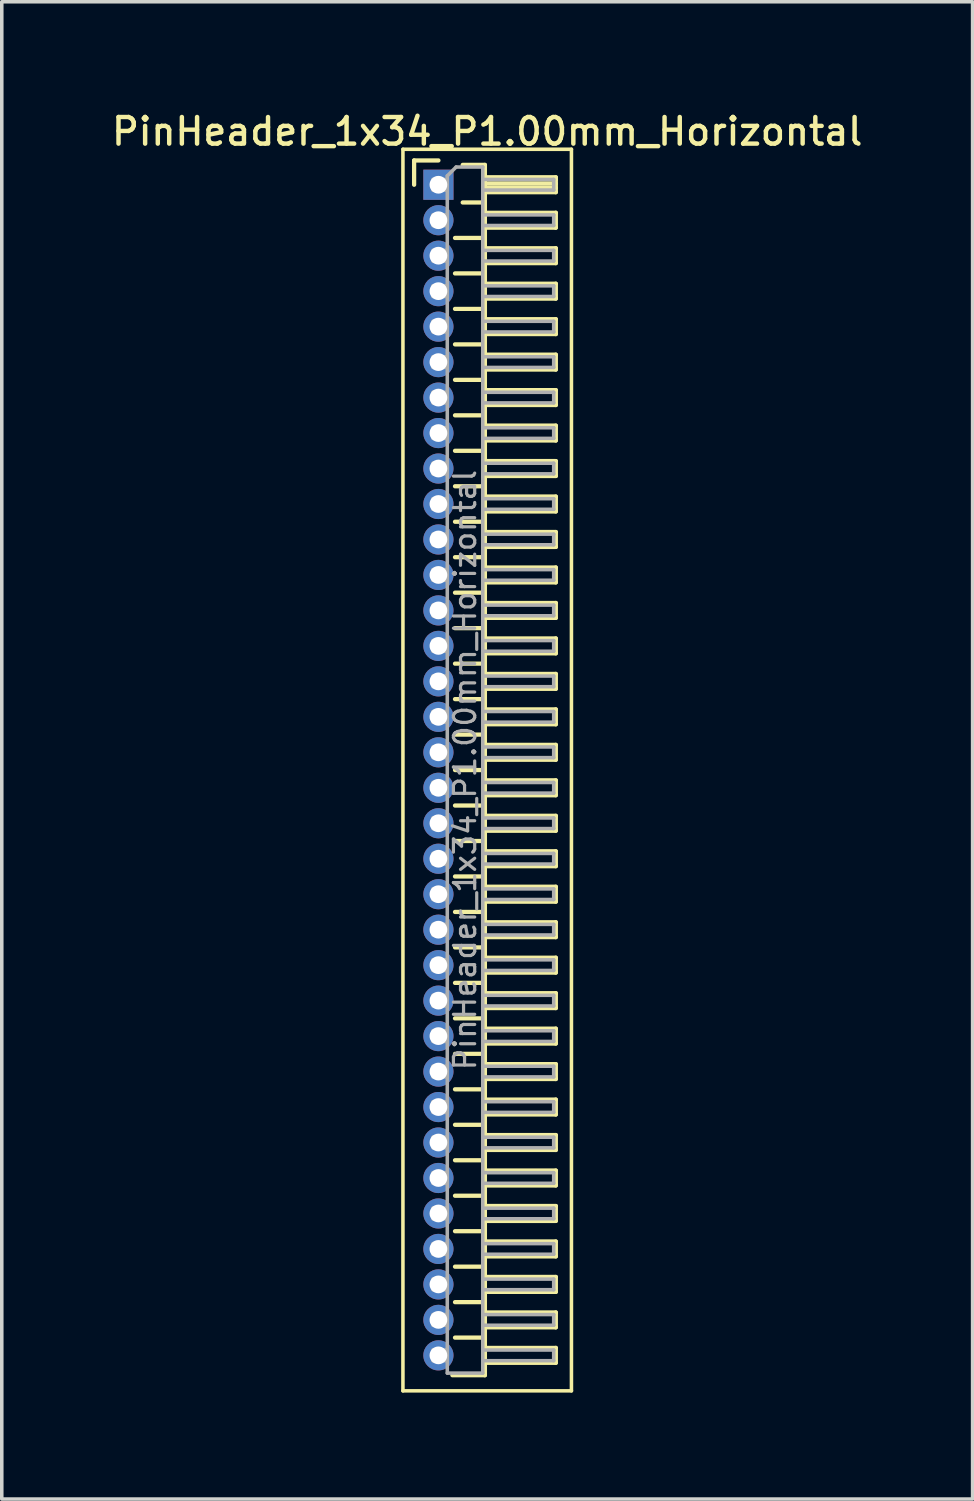
<source format=kicad_pcb>
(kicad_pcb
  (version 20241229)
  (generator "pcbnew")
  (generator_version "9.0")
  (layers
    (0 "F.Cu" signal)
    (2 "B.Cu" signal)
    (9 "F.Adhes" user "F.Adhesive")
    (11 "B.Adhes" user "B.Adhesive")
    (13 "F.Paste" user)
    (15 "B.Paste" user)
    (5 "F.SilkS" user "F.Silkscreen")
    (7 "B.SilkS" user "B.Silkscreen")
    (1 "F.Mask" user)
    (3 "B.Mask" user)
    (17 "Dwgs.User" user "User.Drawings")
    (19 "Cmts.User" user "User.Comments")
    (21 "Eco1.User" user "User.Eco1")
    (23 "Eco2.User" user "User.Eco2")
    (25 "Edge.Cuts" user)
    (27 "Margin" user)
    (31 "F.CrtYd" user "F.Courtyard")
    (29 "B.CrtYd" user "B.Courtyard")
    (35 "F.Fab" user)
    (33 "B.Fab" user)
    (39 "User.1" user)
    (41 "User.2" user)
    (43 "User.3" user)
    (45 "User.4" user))
  (footprint "PinHeader_1x34_P1.00mm_Horizontal"
    (layer "F.Cu")
    (at 9.309 2.158)
    (property "Reference" "PinHeader_1x34_P1.00mm_Horizontal" (at 1.375 -1.5 0) (layer "F.SilkS") (effects (font (size 0.75 0.75) (thickness 0.125))))
    (attr through_hole)
    (fp_line (start -1 -1) (end -1 34) (stroke (width 0.1) (type solid)) (layer "F.SilkS"))
    (fp_line (start -1 34) (end 3.75 34) (stroke (width 0.1) (type solid)) (layer "F.SilkS"))
    (fp_line (start -0.685 -0.685) (end 0 -0.685) (stroke (width 0.12) (type solid)) (layer "F.SilkS"))
    (fp_line (start -0.685 0) (end -0.685 -0.685) (stroke (width 0.12) (type solid)) (layer "F.SilkS"))
    (fp_line (start 0.468 1.5) (end 1.31 1.5) (stroke (width 0.12) (type solid)) (layer "F.SilkS"))
    (fp_line (start 0.468 2.5) (end 1.31 2.5) (stroke (width 0.12) (type solid)) (layer "F.SilkS"))
    (fp_line (start 0.468 3.5) (end 1.31 3.5) (stroke (width 0.12) (type solid)) (layer "F.SilkS"))
    (fp_line (start 0.468 4.5) (end 1.31 4.5) (stroke (width 0.12) (type solid)) (layer "F.SilkS"))
    (fp_line (start 0.468 5.5) (end 1.31 5.5) (stroke (width 0.12) (type solid)) (layer "F.SilkS"))
    (fp_line (start 0.468 6.5) (end 1.31 6.5) (stroke (width 0.12) (type solid)) (layer "F.SilkS"))
    (fp_line (start 0.468 7.5) (end 1.31 7.5) (stroke (width 0.12) (type solid)) (layer "F.SilkS"))
    (fp_line (start 0.468 8.5) (end 1.31 8.5) (stroke (width 0.12) (type solid)) (layer "F.SilkS"))
    (fp_line (start 0.468 9.5) (end 1.31 9.5) (stroke (width 0.12) (type solid)) (layer "F.SilkS"))
    (fp_line (start 0.468 10.5) (end 1.31 10.5) (stroke (width 0.12) (type solid)) (layer "F.SilkS"))
    (fp_line (start 0.468 11.5) (end 1.31 11.5) (stroke (width 0.12) (type solid)) (layer "F.SilkS"))
    (fp_line (start 0.468 12.5) (end 1.31 12.5) (stroke (width 0.12) (type solid)) (layer "F.SilkS"))
    (fp_line (start 0.468 13.5) (end 1.31 13.5) (stroke (width 0.12) (type solid)) (layer "F.SilkS"))
    (fp_line (start 0.468 14.5) (end 1.31 14.5) (stroke (width 0.12) (type solid)) (layer "F.SilkS"))
    (fp_line (start 0.468 15.5) (end 1.31 15.5) (stroke (width 0.12) (type solid)) (layer "F.SilkS"))
    (fp_line (start 0.468 16.5) (end 1.31 16.5) (stroke (width 0.12) (type solid)) (layer "F.SilkS"))
    (fp_line (start 0.468 17.5) (end 1.31 17.5) (stroke (width 0.12) (type solid)) (layer "F.SilkS"))
    (fp_line (start 0.468 18.5) (end 1.31 18.5) (stroke (width 0.12) (type solid)) (layer "F.SilkS"))
    (fp_line (start 0.468 19.5) (end 1.31 19.5) (stroke (width 0.12) (type solid)) (layer "F.SilkS"))
    (fp_line (start 0.468 20.5) (end 1.31 20.5) (stroke (width 0.12) (type solid)) (layer "F.SilkS"))
    (fp_line (start 0.468 21.5) (end 1.31 21.5) (stroke (width 0.12) (type solid)) (layer "F.SilkS"))
    (fp_line (start 0.468 22.5) (end 1.31 22.5) (stroke (width 0.12) (type solid)) (layer "F.SilkS"))
    (fp_line (start 0.468 23.5) (end 1.31 23.5) (stroke (width 0.12) (type solid)) (layer "F.SilkS"))
    (fp_line (start 0.468 24.5) (end 1.31 24.5) (stroke (width 0.12) (type solid)) (layer "F.SilkS"))
    (fp_line (start 0.468 25.5) (end 1.31 25.5) (stroke (width 0.12) (type solid)) (layer "F.SilkS"))
    (fp_line (start 0.468 26.5) (end 1.31 26.5) (stroke (width 0.12) (type solid)) (layer "F.SilkS"))
    (fp_line (start 0.468 27.5) (end 1.31 27.5) (stroke (width 0.12) (type solid)) (layer "F.SilkS"))
    (fp_line (start 0.468 28.5) (end 1.31 28.5) (stroke (width 0.12) (type solid)) (layer "F.SilkS"))
    (fp_line (start 0.468 29.5) (end 1.31 29.5) (stroke (width 0.12) (type solid)) (layer "F.SilkS"))
    (fp_line (start 0.468 30.5) (end 1.31 30.5) (stroke (width 0.12) (type solid)) (layer "F.SilkS"))
    (fp_line (start 0.468 31.5) (end 1.31 31.5) (stroke (width 0.12) (type solid)) (layer "F.SilkS"))
    (fp_line (start 0.468 32.5) (end 1.31 32.5) (stroke (width 0.12) (type solid)) (layer "F.SilkS"))
    (fp_line (start 0.685 -0.56) (end 1.31 -0.56) (stroke (width 0.12) (type solid)) (layer "F.SilkS"))
    (fp_line (start 0.685 0.5) (end 1.31 0.5) (stroke (width 0.12) (type solid)) (layer "F.SilkS"))
    (fp_line (start 1.31 -0.56) (end 1.31 33.56) (stroke (width 0.12) (type solid)) (layer "F.SilkS"))
    (fp_line (start 1.31 -0.21) (end 3.31 -0.21) (stroke (width 0.12) (type solid)) (layer "F.SilkS"))
    (fp_line (start 1.31 -0.15) (end 3.31 -0.15) (stroke (width 0.12) (type solid)) (layer "F.SilkS"))
    (fp_line (start 1.31 -0.03) (end 3.31 -0.03) (stroke (width 0.12) (type solid)) (layer "F.SilkS"))
    (fp_line (start 1.31 0.09) (end 3.31 0.09) (stroke (width 0.12) (type solid)) (layer "F.SilkS"))
    (fp_line (start 1.31 0.79) (end 3.31 0.79) (stroke (width 0.12) (type solid)) (layer "F.SilkS"))
    (fp_line (start 1.31 1.79) (end 3.31 1.79) (stroke (width 0.12) (type solid)) (layer "F.SilkS"))
    (fp_line (start 1.31 2.79) (end 3.31 2.79) (stroke (width 0.12) (type solid)) (layer "F.SilkS"))
    (fp_line (start 1.31 3.79) (end 3.31 3.79) (stroke (width 0.12) (type solid)) (layer "F.SilkS"))
    (fp_line (start 1.31 4.79) (end 3.31 4.79) (stroke (width 0.12) (type solid)) (layer "F.SilkS"))
    (fp_line (start 1.31 5.79) (end 3.31 5.79) (stroke (width 0.12) (type solid)) (layer "F.SilkS"))
    (fp_line (start 1.31 6.79) (end 3.31 6.79) (stroke (width 0.12) (type solid)) (layer "F.SilkS"))
    (fp_line (start 1.31 7.79) (end 3.31 7.79) (stroke (width 0.12) (type solid)) (layer "F.SilkS"))
    (fp_line (start 1.31 8.79) (end 3.31 8.79) (stroke (width 0.12) (type solid)) (layer "F.SilkS"))
    (fp_line (start 1.31 9.79) (end 3.31 9.79) (stroke (width 0.12) (type solid)) (layer "F.SilkS"))
    (fp_line (start 1.31 10.79) (end 3.31 10.79) (stroke (width 0.12) (type solid)) (layer "F.SilkS"))
    (fp_line (start 1.31 11.79) (end 3.31 11.79) (stroke (width 0.12) (type solid)) (layer "F.SilkS"))
    (fp_line (start 1.31 12.79) (end 3.31 12.79) (stroke (width 0.12) (type solid)) (layer "F.SilkS"))
    (fp_line (start 1.31 13.79) (end 3.31 13.79) (stroke (width 0.12) (type solid)) (layer "F.SilkS"))
    (fp_line (start 1.31 14.79) (end 3.31 14.79) (stroke (width 0.12) (type solid)) (layer "F.SilkS"))
    (fp_line (start 1.31 15.79) (end 3.31 15.79) (stroke (width 0.12) (type solid)) (layer "F.SilkS"))
    (fp_line (start 1.31 16.79) (end 3.31 16.79) (stroke (width 0.12) (type solid)) (layer "F.SilkS"))
    (fp_line (start 1.31 17.79) (end 3.31 17.79) (stroke (width 0.12) (type solid)) (layer "F.SilkS"))
    (fp_line (start 1.31 18.79) (end 3.31 18.79) (stroke (width 0.12) (type solid)) (layer "F.SilkS"))
    (fp_line (start 1.31 19.79) (end 3.31 19.79) (stroke (width 0.12) (type solid)) (layer "F.SilkS"))
    (fp_line (start 1.31 20.79) (end 3.31 20.79) (stroke (width 0.12) (type solid)) (layer "F.SilkS"))
    (fp_line (start 1.31 21.79) (end 3.31 21.79) (stroke (width 0.12) (type solid)) (layer "F.SilkS"))
    (fp_line (start 1.31 22.79) (end 3.31 22.79) (stroke (width 0.12) (type solid)) (layer "F.SilkS"))
    (fp_line (start 1.31 23.79) (end 3.31 23.79) (stroke (width 0.12) (type solid)) (layer "F.SilkS"))
    (fp_line (start 1.31 24.79) (end 3.31 24.79) (stroke (width 0.12) (type solid)) (layer "F.SilkS"))
    (fp_line (start 1.31 25.79) (end 3.31 25.79) (stroke (width 0.12) (type solid)) (layer "F.SilkS"))
    (fp_line (start 1.31 26.79) (end 3.31 26.79) (stroke (width 0.12) (type solid)) (layer "F.SilkS"))
    (fp_line (start 1.31 27.79) (end 3.31 27.79) (stroke (width 0.12) (type solid)) (layer "F.SilkS"))
    (fp_line (start 1.31 28.79) (end 3.31 28.79) (stroke (width 0.12) (type solid)) (layer "F.SilkS"))
    (fp_line (start 1.31 29.79) (end 3.31 29.79) (stroke (width 0.12) (type solid)) (layer "F.SilkS"))
    (fp_line (start 1.31 30.79) (end 3.31 30.79) (stroke (width 0.12) (type solid)) (layer "F.SilkS"))
    (fp_line (start 1.31 31.79) (end 3.31 31.79) (stroke (width 0.12) (type solid)) (layer "F.SilkS"))
    (fp_line (start 1.31 32.79) (end 3.31 32.79) (stroke (width 0.12) (type solid)) (layer "F.SilkS"))
    (fp_line (start 1.31 33.56) (end 0.394 33.56) (stroke (width 0.12) (type solid)) (layer "F.SilkS"))
    (fp_line (start 3.31 -0.21) (end 3.31 0.21) (stroke (width 0.12) (type solid)) (layer "F.SilkS"))
    (fp_line (start 3.31 0.21) (end 1.31 0.21) (stroke (width 0.12) (type solid)) (layer "F.SilkS"))
    (fp_line (start 3.31 0.79) (end 3.31 1.21) (stroke (width 0.12) (type solid)) (layer "F.SilkS"))
    (fp_line (start 3.31 1.21) (end 1.31 1.21) (stroke (width 0.12) (type solid)) (layer "F.SilkS"))
    (fp_line (start 3.31 1.79) (end 3.31 2.21) (stroke (width 0.12) (type solid)) (layer "F.SilkS"))
    (fp_line (start 3.31 2.21) (end 1.31 2.21) (stroke (width 0.12) (type solid)) (layer "F.SilkS"))
    (fp_line (start 3.31 2.79) (end 3.31 3.21) (stroke (width 0.12) (type solid)) (layer "F.SilkS"))
    (fp_line (start 3.31 3.21) (end 1.31 3.21) (stroke (width 0.12) (type solid)) (layer "F.SilkS"))
    (fp_line (start 3.31 3.79) (end 3.31 4.21) (stroke (width 0.12) (type solid)) (layer "F.SilkS"))
    (fp_line (start 3.31 4.21) (end 1.31 4.21) (stroke (width 0.12) (type solid)) (layer "F.SilkS"))
    (fp_line (start 3.31 4.79) (end 3.31 5.21) (stroke (width 0.12) (type solid)) (layer "F.SilkS"))
    (fp_line (start 3.31 5.21) (end 1.31 5.21) (stroke (width 0.12) (type solid)) (layer "F.SilkS"))
    (fp_line (start 3.31 5.79) (end 3.31 6.21) (stroke (width 0.12) (type solid)) (layer "F.SilkS"))
    (fp_line (start 3.31 6.21) (end 1.31 6.21) (stroke (width 0.12) (type solid)) (layer "F.SilkS"))
    (fp_line (start 3.31 6.79) (end 3.31 7.21) (stroke (width 0.12) (type solid)) (layer "F.SilkS"))
    (fp_line (start 3.31 7.21) (end 1.31 7.21) (stroke (width 0.12) (type solid)) (layer "F.SilkS"))
    (fp_line (start 3.31 7.79) (end 3.31 8.21) (stroke (width 0.12) (type solid)) (layer "F.SilkS"))
    (fp_line (start 3.31 8.21) (end 1.31 8.21) (stroke (width 0.12) (type solid)) (layer "F.SilkS"))
    (fp_line (start 3.31 8.79) (end 3.31 9.21) (stroke (width 0.12) (type solid)) (layer "F.SilkS"))
    (fp_line (start 3.31 9.21) (end 1.31 9.21) (stroke (width 0.12) (type solid)) (layer "F.SilkS"))
    (fp_line (start 3.31 9.79) (end 3.31 10.21) (stroke (width 0.12) (type solid)) (layer "F.SilkS"))
    (fp_line (start 3.31 10.21) (end 1.31 10.21) (stroke (width 0.12) (type solid)) (layer "F.SilkS"))
    (fp_line (start 3.31 10.79) (end 3.31 11.21) (stroke (width 0.12) (type solid)) (layer "F.SilkS"))
    (fp_line (start 3.31 11.21) (end 1.31 11.21) (stroke (width 0.12) (type solid)) (layer "F.SilkS"))
    (fp_line (start 3.31 11.79) (end 3.31 12.21) (stroke (width 0.12) (type solid)) (layer "F.SilkS"))
    (fp_line (start 3.31 12.21) (end 1.31 12.21) (stroke (width 0.12) (type solid)) (layer "F.SilkS"))
    (fp_line (start 3.31 12.79) (end 3.31 13.21) (stroke (width 0.12) (type solid)) (layer "F.SilkS"))
    (fp_line (start 3.31 13.21) (end 1.31 13.21) (stroke (width 0.12) (type solid)) (layer "F.SilkS"))
    (fp_line (start 3.31 13.79) (end 3.31 14.21) (stroke (width 0.12) (type solid)) (layer "F.SilkS"))
    (fp_line (start 3.31 14.21) (end 1.31 14.21) (stroke (width 0.12) (type solid)) (layer "F.SilkS"))
    (fp_line (start 3.31 14.79) (end 3.31 15.21) (stroke (width 0.12) (type solid)) (layer "F.SilkS"))
    (fp_line (start 3.31 15.21) (end 1.31 15.21) (stroke (width 0.12) (type solid)) (layer "F.SilkS"))
    (fp_line (start 3.31 15.79) (end 3.31 16.21) (stroke (width 0.12) (type solid)) (layer "F.SilkS"))
    (fp_line (start 3.31 16.21) (end 1.31 16.21) (stroke (width 0.12) (type solid)) (layer "F.SilkS"))
    (fp_line (start 3.31 16.79) (end 3.31 17.21) (stroke (width 0.12) (type solid)) (layer "F.SilkS"))
    (fp_line (start 3.31 17.21) (end 1.31 17.21) (stroke (width 0.12) (type solid)) (layer "F.SilkS"))
    (fp_line (start 3.31 17.79) (end 3.31 18.21) (stroke (width 0.12) (type solid)) (layer "F.SilkS"))
    (fp_line (start 3.31 18.21) (end 1.31 18.21) (stroke (width 0.12) (type solid)) (layer "F.SilkS"))
    (fp_line (start 3.31 18.79) (end 3.31 19.21) (stroke (width 0.12) (type solid)) (layer "F.SilkS"))
    (fp_line (start 3.31 19.21) (end 1.31 19.21) (stroke (width 0.12) (type solid)) (layer "F.SilkS"))
    (fp_line (start 3.31 19.79) (end 3.31 20.21) (stroke (width 0.12) (type solid)) (layer "F.SilkS"))
    (fp_line (start 3.31 20.21) (end 1.31 20.21) (stroke (width 0.12) (type solid)) (layer "F.SilkS"))
    (fp_line (start 3.31 20.79) (end 3.31 21.21) (stroke (width 0.12) (type solid)) (layer "F.SilkS"))
    (fp_line (start 3.31 21.21) (end 1.31 21.21) (stroke (width 0.12) (type solid)) (layer "F.SilkS"))
    (fp_line (start 3.31 21.79) (end 3.31 22.21) (stroke (width 0.12) (type solid)) (layer "F.SilkS"))
    (fp_line (start 3.31 22.21) (end 1.31 22.21) (stroke (width 0.12) (type solid)) (layer "F.SilkS"))
    (fp_line (start 3.31 22.79) (end 3.31 23.21) (stroke (width 0.12) (type solid)) (layer "F.SilkS"))
    (fp_line (start 3.31 23.21) (end 1.31 23.21) (stroke (width 0.12) (type solid)) (layer "F.SilkS"))
    (fp_line (start 3.31 23.79) (end 3.31 24.21) (stroke (width 0.12) (type solid)) (layer "F.SilkS"))
    (fp_line (start 3.31 24.21) (end 1.31 24.21) (stroke (width 0.12) (type solid)) (layer "F.SilkS"))
    (fp_line (start 3.31 24.79) (end 3.31 25.21) (stroke (width 0.12) (type solid)) (layer "F.SilkS"))
    (fp_line (start 3.31 25.21) (end 1.31 25.21) (stroke (width 0.12) (type solid)) (layer "F.SilkS"))
    (fp_line (start 3.31 25.79) (end 3.31 26.21) (stroke (width 0.12) (type solid)) (layer "F.SilkS"))
    (fp_line (start 3.31 26.21) (end 1.31 26.21) (stroke (width 0.12) (type solid)) (layer "F.SilkS"))
    (fp_line (start 3.31 26.79) (end 3.31 27.21) (stroke (width 0.12) (type solid)) (layer "F.SilkS"))
    (fp_line (start 3.31 27.21) (end 1.31 27.21) (stroke (width 0.12) (type solid)) (layer "F.SilkS"))
    (fp_line (start 3.31 27.79) (end 3.31 28.21) (stroke (width 0.12) (type solid)) (layer "F.SilkS"))
    (fp_line (start 3.31 28.21) (end 1.31 28.21) (stroke (width 0.12) (type solid)) (layer "F.SilkS"))
    (fp_line (start 3.31 28.79) (end 3.31 29.21) (stroke (width 0.12) (type solid)) (layer "F.SilkS"))
    (fp_line (start 3.31 29.21) (end 1.31 29.21) (stroke (width 0.12) (type solid)) (layer "F.SilkS"))
    (fp_line (start 3.31 29.79) (end 3.31 30.21) (stroke (width 0.12) (type solid)) (layer "F.SilkS"))
    (fp_line (start 3.31 30.21) (end 1.31 30.21) (stroke (width 0.12) (type solid)) (layer "F.SilkS"))
    (fp_line (start 3.31 30.79) (end 3.31 31.21) (stroke (width 0.12) (type solid)) (layer "F.SilkS"))
    (fp_line (start 3.31 31.21) (end 1.31 31.21) (stroke (width 0.12) (type solid)) (layer "F.SilkS"))
    (fp_line (start 3.31 31.79) (end 3.31 32.21) (stroke (width 0.12) (type solid)) (layer "F.SilkS"))
    (fp_line (start 3.31 32.21) (end 1.31 32.21) (stroke (width 0.12) (type solid)) (layer "F.SilkS"))
    (fp_line (start 3.31 32.79) (end 3.31 33.21) (stroke (width 0.12) (type solid)) (layer "F.SilkS"))
    (fp_line (start 3.31 33.21) (end 1.31 33.21) (stroke (width 0.12) (type solid)) (layer "F.SilkS"))
    (fp_line (start 3.75 -1) (end -1 -1) (stroke (width 0.1) (type solid)) (layer "F.SilkS"))
    (fp_line (start 3.75 34) (end 3.75 -1) (stroke (width 0.1) (type solid)) (layer "F.SilkS"))
    (fp_line (start -0.15 -0.15) (end -0.15 0.15) (stroke (width 0.1) (type solid)) (layer "F.Fab"))
    (fp_line (start -0.15 -0.15) (end 0.25 -0.15) (stroke (width 0.1) (type solid)) (layer "F.Fab"))
    (fp_line (start -0.15 0.15) (end 0.25 0.15) (stroke (width 0.1) (type solid)) (layer "F.Fab"))
    (fp_line (start -0.15 0.85) (end -0.15 1.15) (stroke (width 0.1) (type solid)) (layer "F.Fab"))
    (fp_line (start -0.15 0.85) (end 0.25 0.85) (stroke (width 0.1) (type solid)) (layer "F.Fab"))
    (fp_line (start -0.15 1.15) (end 0.25 1.15) (stroke (width 0.1) (type solid)) (layer "F.Fab"))
    (fp_line (start -0.15 1.85) (end -0.15 2.15) (stroke (width 0.1) (type solid)) (layer "F.Fab"))
    (fp_line (start -0.15 1.85) (end 0.25 1.85) (stroke (width 0.1) (type solid)) (layer "F.Fab"))
    (fp_line (start -0.15 2.15) (end 0.25 2.15) (stroke (width 0.1) (type solid)) (layer "F.Fab"))
    (fp_line (start -0.15 2.85) (end -0.15 3.15) (stroke (width 0.1) (type solid)) (layer "F.Fab"))
    (fp_line (start -0.15 2.85) (end 0.25 2.85) (stroke (width 0.1) (type solid)) (layer "F.Fab"))
    (fp_line (start -0.15 3.15) (end 0.25 3.15) (stroke (width 0.1) (type solid)) (layer "F.Fab"))
    (fp_line (start -0.15 3.85) (end -0.15 4.15) (stroke (width 0.1) (type solid)) (layer "F.Fab"))
    (fp_line (start -0.15 3.85) (end 0.25 3.85) (stroke (width 0.1) (type solid)) (layer "F.Fab"))
    (fp_line (start -0.15 4.15) (end 0.25 4.15) (stroke (width 0.1) (type solid)) (layer "F.Fab"))
    (fp_line (start -0.15 4.85) (end -0.15 5.15) (stroke (width 0.1) (type solid)) (layer "F.Fab"))
    (fp_line (start -0.15 4.85) (end 0.25 4.85) (stroke (width 0.1) (type solid)) (layer "F.Fab"))
    (fp_line (start -0.15 5.15) (end 0.25 5.15) (stroke (width 0.1) (type solid)) (layer "F.Fab"))
    (fp_line (start -0.15 5.85) (end -0.15 6.15) (stroke (width 0.1) (type solid)) (layer "F.Fab"))
    (fp_line (start -0.15 5.85) (end 0.25 5.85) (stroke (width 0.1) (type solid)) (layer "F.Fab"))
    (fp_line (start -0.15 6.15) (end 0.25 6.15) (stroke (width 0.1) (type solid)) (layer "F.Fab"))
    (fp_line (start -0.15 6.85) (end -0.15 7.15) (stroke (width 0.1) (type solid)) (layer "F.Fab"))
    (fp_line (start -0.15 6.85) (end 0.25 6.85) (stroke (width 0.1) (type solid)) (layer "F.Fab"))
    (fp_line (start -0.15 7.15) (end 0.25 7.15) (stroke (width 0.1) (type solid)) (layer "F.Fab"))
    (fp_line (start -0.15 7.85) (end -0.15 8.15) (stroke (width 0.1) (type solid)) (layer "F.Fab"))
    (fp_line (start -0.15 7.85) (end 0.25 7.85) (stroke (width 0.1) (type solid)) (layer "F.Fab"))
    (fp_line (start -0.15 8.15) (end 0.25 8.15) (stroke (width 0.1) (type solid)) (layer "F.Fab"))
    (fp_line (start -0.15 8.85) (end -0.15 9.15) (stroke (width 0.1) (type solid)) (layer "F.Fab"))
    (fp_line (start -0.15 8.85) (end 0.25 8.85) (stroke (width 0.1) (type solid)) (layer "F.Fab"))
    (fp_line (start -0.15 9.15) (end 0.25 9.15) (stroke (width 0.1) (type solid)) (layer "F.Fab"))
    (fp_line (start -0.15 9.85) (end -0.15 10.15) (stroke (width 0.1) (type solid)) (layer "F.Fab"))
    (fp_line (start -0.15 9.85) (end 0.25 9.85) (stroke (width 0.1) (type solid)) (layer "F.Fab"))
    (fp_line (start -0.15 10.15) (end 0.25 10.15) (stroke (width 0.1) (type solid)) (layer "F.Fab"))
    (fp_line (start -0.15 10.85) (end -0.15 11.15) (stroke (width 0.1) (type solid)) (layer "F.Fab"))
    (fp_line (start -0.15 10.85) (end 0.25 10.85) (stroke (width 0.1) (type solid)) (layer "F.Fab"))
    (fp_line (start -0.15 11.15) (end 0.25 11.15) (stroke (width 0.1) (type solid)) (layer "F.Fab"))
    (fp_line (start -0.15 11.85) (end -0.15 12.15) (stroke (width 0.1) (type solid)) (layer "F.Fab"))
    (fp_line (start -0.15 11.85) (end 0.25 11.85) (stroke (width 0.1) (type solid)) (layer "F.Fab"))
    (fp_line (start -0.15 12.15) (end 0.25 12.15) (stroke (width 0.1) (type solid)) (layer "F.Fab"))
    (fp_line (start -0.15 12.85) (end -0.15 13.15) (stroke (width 0.1) (type solid)) (layer "F.Fab"))
    (fp_line (start -0.15 12.85) (end 0.25 12.85) (stroke (width 0.1) (type solid)) (layer "F.Fab"))
    (fp_line (start -0.15 13.15) (end 0.25 13.15) (stroke (width 0.1) (type solid)) (layer "F.Fab"))
    (fp_line (start -0.15 13.85) (end -0.15 14.15) (stroke (width 0.1) (type solid)) (layer "F.Fab"))
    (fp_line (start -0.15 13.85) (end 0.25 13.85) (stroke (width 0.1) (type solid)) (layer "F.Fab"))
    (fp_line (start -0.15 14.15) (end 0.25 14.15) (stroke (width 0.1) (type solid)) (layer "F.Fab"))
    (fp_line (start -0.15 14.85) (end -0.15 15.15) (stroke (width 0.1) (type solid)) (layer "F.Fab"))
    (fp_line (start -0.15 14.85) (end 0.25 14.85) (stroke (width 0.1) (type solid)) (layer "F.Fab"))
    (fp_line (start -0.15 15.15) (end 0.25 15.15) (stroke (width 0.1) (type solid)) (layer "F.Fab"))
    (fp_line (start -0.15 15.85) (end -0.15 16.15) (stroke (width 0.1) (type solid)) (layer "F.Fab"))
    (fp_line (start -0.15 15.85) (end 0.25 15.85) (stroke (width 0.1) (type solid)) (layer "F.Fab"))
    (fp_line (start -0.15 16.15) (end 0.25 16.15) (stroke (width 0.1) (type solid)) (layer "F.Fab"))
    (fp_line (start -0.15 16.85) (end -0.15 17.15) (stroke (width 0.1) (type solid)) (layer "F.Fab"))
    (fp_line (start -0.15 16.85) (end 0.25 16.85) (stroke (width 0.1) (type solid)) (layer "F.Fab"))
    (fp_line (start -0.15 17.15) (end 0.25 17.15) (stroke (width 0.1) (type solid)) (layer "F.Fab"))
    (fp_line (start -0.15 17.85) (end -0.15 18.15) (stroke (width 0.1) (type solid)) (layer "F.Fab"))
    (fp_line (start -0.15 17.85) (end 0.25 17.85) (stroke (width 0.1) (type solid)) (layer "F.Fab"))
    (fp_line (start -0.15 18.15) (end 0.25 18.15) (stroke (width 0.1) (type solid)) (layer "F.Fab"))
    (fp_line (start -0.15 18.85) (end -0.15 19.15) (stroke (width 0.1) (type solid)) (layer "F.Fab"))
    (fp_line (start -0.15 18.85) (end 0.25 18.85) (stroke (width 0.1) (type solid)) (layer "F.Fab"))
    (fp_line (start -0.15 19.15) (end 0.25 19.15) (stroke (width 0.1) (type solid)) (layer "F.Fab"))
    (fp_line (start -0.15 19.85) (end -0.15 20.15) (stroke (width 0.1) (type solid)) (layer "F.Fab"))
    (fp_line (start -0.15 19.85) (end 0.25 19.85) (stroke (width 0.1) (type solid)) (layer "F.Fab"))
    (fp_line (start -0.15 20.15) (end 0.25 20.15) (stroke (width 0.1) (type solid)) (layer "F.Fab"))
    (fp_line (start -0.15 20.85) (end -0.15 21.15) (stroke (width 0.1) (type solid)) (layer "F.Fab"))
    (fp_line (start -0.15 20.85) (end 0.25 20.85) (stroke (width 0.1) (type solid)) (layer "F.Fab"))
    (fp_line (start -0.15 21.15) (end 0.25 21.15) (stroke (width 0.1) (type solid)) (layer "F.Fab"))
    (fp_line (start -0.15 21.85) (end -0.15 22.15) (stroke (width 0.1) (type solid)) (layer "F.Fab"))
    (fp_line (start -0.15 21.85) (end 0.25 21.85) (stroke (width 0.1) (type solid)) (layer "F.Fab"))
    (fp_line (start -0.15 22.15) (end 0.25 22.15) (stroke (width 0.1) (type solid)) (layer "F.Fab"))
    (fp_line (start -0.15 22.85) (end -0.15 23.15) (stroke (width 0.1) (type solid)) (layer "F.Fab"))
    (fp_line (start -0.15 22.85) (end 0.25 22.85) (stroke (width 0.1) (type solid)) (layer "F.Fab"))
    (fp_line (start -0.15 23.15) (end 0.25 23.15) (stroke (width 0.1) (type solid)) (layer "F.Fab"))
    (fp_line (start -0.15 23.85) (end -0.15 24.15) (stroke (width 0.1) (type solid)) (layer "F.Fab"))
    (fp_line (start -0.15 23.85) (end 0.25 23.85) (stroke (width 0.1) (type solid)) (layer "F.Fab"))
    (fp_line (start -0.15 24.15) (end 0.25 24.15) (stroke (width 0.1) (type solid)) (layer "F.Fab"))
    (fp_line (start -0.15 24.85) (end -0.15 25.15) (stroke (width 0.1) (type solid)) (layer "F.Fab"))
    (fp_line (start -0.15 24.85) (end 0.25 24.85) (stroke (width 0.1) (type solid)) (layer "F.Fab"))
    (fp_line (start -0.15 25.15) (end 0.25 25.15) (stroke (width 0.1) (type solid)) (layer "F.Fab"))
    (fp_line (start -0.15 25.85) (end -0.15 26.15) (stroke (width 0.1) (type solid)) (layer "F.Fab"))
    (fp_line (start -0.15 25.85) (end 0.25 25.85) (stroke (width 0.1) (type solid)) (layer "F.Fab"))
    (fp_line (start -0.15 26.15) (end 0.25 26.15) (stroke (width 0.1) (type solid)) (layer "F.Fab"))
    (fp_line (start -0.15 26.85) (end -0.15 27.15) (stroke (width 0.1) (type solid)) (layer "F.Fab"))
    (fp_line (start -0.15 26.85) (end 0.25 26.85) (stroke (width 0.1) (type solid)) (layer "F.Fab"))
    (fp_line (start -0.15 27.15) (end 0.25 27.15) (stroke (width 0.1) (type solid)) (layer "F.Fab"))
    (fp_line (start -0.15 27.85) (end -0.15 28.15) (stroke (width 0.1) (type solid)) (layer "F.Fab"))
    (fp_line (start -0.15 27.85) (end 0.25 27.85) (stroke (width 0.1) (type solid)) (layer "F.Fab"))
    (fp_line (start -0.15 28.15) (end 0.25 28.15) (stroke (width 0.1) (type solid)) (layer "F.Fab"))
    (fp_line (start -0.15 28.85) (end -0.15 29.15) (stroke (width 0.1) (type solid)) (layer "F.Fab"))
    (fp_line (start -0.15 28.85) (end 0.25 28.85) (stroke (width 0.1) (type solid)) (layer "F.Fab"))
    (fp_line (start -0.15 29.15) (end 0.25 29.15) (stroke (width 0.1) (type solid)) (layer "F.Fab"))
    (fp_line (start -0.15 29.85) (end -0.15 30.15) (stroke (width 0.1) (type solid)) (layer "F.Fab"))
    (fp_line (start -0.15 29.85) (end 0.25 29.85) (stroke (width 0.1) (type solid)) (layer "F.Fab"))
    (fp_line (start -0.15 30.15) (end 0.25 30.15) (stroke (width 0.1) (type solid)) (layer "F.Fab"))
    (fp_line (start -0.15 30.85) (end -0.15 31.15) (stroke (width 0.1) (type solid)) (layer "F.Fab"))
    (fp_line (start -0.15 30.85) (end 0.25 30.85) (stroke (width 0.1) (type solid)) (layer "F.Fab"))
    (fp_line (start -0.15 31.15) (end 0.25 31.15) (stroke (width 0.1) (type solid)) (layer "F.Fab"))
    (fp_line (start -0.15 31.85) (end -0.15 32.15) (stroke (width 0.1) (type solid)) (layer "F.Fab"))
    (fp_line (start -0.15 31.85) (end 0.25 31.85) (stroke (width 0.1) (type solid)) (layer "F.Fab"))
    (fp_line (start -0.15 32.15) (end 0.25 32.15) (stroke (width 0.1) (type solid)) (layer "F.Fab"))
    (fp_line (start -0.15 32.85) (end -0.15 33.15) (stroke (width 0.1) (type solid)) (layer "F.Fab"))
    (fp_line (start -0.15 32.85) (end 0.25 32.85) (stroke (width 0.1) (type solid)) (layer "F.Fab"))
    (fp_line (start -0.15 33.15) (end 0.25 33.15) (stroke (width 0.1) (type solid)) (layer "F.Fab"))
    (fp_line (start 0.25 -0.25) (end 0.5 -0.5) (stroke (width 0.1) (type solid)) (layer "F.Fab"))
    (fp_line (start 0.25 33.5) (end 0.25 -0.25) (stroke (width 0.1) (type solid)) (layer "F.Fab"))
    (fp_line (start 0.5 -0.5) (end 1.25 -0.5) (stroke (width 0.1) (type solid)) (layer "F.Fab"))
    (fp_line (start 1.25 -0.5) (end 1.25 33.5) (stroke (width 0.1) (type solid)) (layer "F.Fab"))
    (fp_line (start 1.25 -0.15) (end 3.25 -0.15) (stroke (width 0.1) (type solid)) (layer "F.Fab"))
    (fp_line (start 1.25 0.15) (end 3.25 0.15) (stroke (width 0.1) (type solid)) (layer "F.Fab"))
    (fp_line (start 1.25 0.85) (end 3.25 0.85) (stroke (width 0.1) (type solid)) (layer "F.Fab"))
    (fp_line (start 1.25 1.15) (end 3.25 1.15) (stroke (width 0.1) (type solid)) (layer "F.Fab"))
    (fp_line (start 1.25 1.85) (end 3.25 1.85) (stroke (width 0.1) (type solid)) (layer "F.Fab"))
    (fp_line (start 1.25 2.15) (end 3.25 2.15) (stroke (width 0.1) (type solid)) (layer "F.Fab"))
    (fp_line (start 1.25 2.85) (end 3.25 2.85) (stroke (width 0.1) (type solid)) (layer "F.Fab"))
    (fp_line (start 1.25 3.15) (end 3.25 3.15) (stroke (width 0.1) (type solid)) (layer "F.Fab"))
    (fp_line (start 1.25 3.85) (end 3.25 3.85) (stroke (width 0.1) (type solid)) (layer "F.Fab"))
    (fp_line (start 1.25 4.15) (end 3.25 4.15) (stroke (width 0.1) (type solid)) (layer "F.Fab"))
    (fp_line (start 1.25 4.85) (end 3.25 4.85) (stroke (width 0.1) (type solid)) (layer "F.Fab"))
    (fp_line (start 1.25 5.15) (end 3.25 5.15) (stroke (width 0.1) (type solid)) (layer "F.Fab"))
    (fp_line (start 1.25 5.85) (end 3.25 5.85) (stroke (width 0.1) (type solid)) (layer "F.Fab"))
    (fp_line (start 1.25 6.15) (end 3.25 6.15) (stroke (width 0.1) (type solid)) (layer "F.Fab"))
    (fp_line (start 1.25 6.85) (end 3.25 6.85) (stroke (width 0.1) (type solid)) (layer "F.Fab"))
    (fp_line (start 1.25 7.15) (end 3.25 7.15) (stroke (width 0.1) (type solid)) (layer "F.Fab"))
    (fp_line (start 1.25 7.85) (end 3.25 7.85) (stroke (width 0.1) (type solid)) (layer "F.Fab"))
    (fp_line (start 1.25 8.15) (end 3.25 8.15) (stroke (width 0.1) (type solid)) (layer "F.Fab"))
    (fp_line (start 1.25 8.85) (end 3.25 8.85) (stroke (width 0.1) (type solid)) (layer "F.Fab"))
    (fp_line (start 1.25 9.15) (end 3.25 9.15) (stroke (width 0.1) (type solid)) (layer "F.Fab"))
    (fp_line (start 1.25 9.85) (end 3.25 9.85) (stroke (width 0.1) (type solid)) (layer "F.Fab"))
    (fp_line (start 1.25 10.15) (end 3.25 10.15) (stroke (width 0.1) (type solid)) (layer "F.Fab"))
    (fp_line (start 1.25 10.85) (end 3.25 10.85) (stroke (width 0.1) (type solid)) (layer "F.Fab"))
    (fp_line (start 1.25 11.15) (end 3.25 11.15) (stroke (width 0.1) (type solid)) (layer "F.Fab"))
    (fp_line (start 1.25 11.85) (end 3.25 11.85) (stroke (width 0.1) (type solid)) (layer "F.Fab"))
    (fp_line (start 1.25 12.15) (end 3.25 12.15) (stroke (width 0.1) (type solid)) (layer "F.Fab"))
    (fp_line (start 1.25 12.85) (end 3.25 12.85) (stroke (width 0.1) (type solid)) (layer "F.Fab"))
    (fp_line (start 1.25 13.15) (end 3.25 13.15) (stroke (width 0.1) (type solid)) (layer "F.Fab"))
    (fp_line (start 1.25 13.85) (end 3.25 13.85) (stroke (width 0.1) (type solid)) (layer "F.Fab"))
    (fp_line (start 1.25 14.15) (end 3.25 14.15) (stroke (width 0.1) (type solid)) (layer "F.Fab"))
    (fp_line (start 1.25 14.85) (end 3.25 14.85) (stroke (width 0.1) (type solid)) (layer "F.Fab"))
    (fp_line (start 1.25 15.15) (end 3.25 15.15) (stroke (width 0.1) (type solid)) (layer "F.Fab"))
    (fp_line (start 1.25 15.85) (end 3.25 15.85) (stroke (width 0.1) (type solid)) (layer "F.Fab"))
    (fp_line (start 1.25 16.15) (end 3.25 16.15) (stroke (width 0.1) (type solid)) (layer "F.Fab"))
    (fp_line (start 1.25 16.85) (end 3.25 16.85) (stroke (width 0.1) (type solid)) (layer "F.Fab"))
    (fp_line (start 1.25 17.15) (end 3.25 17.15) (stroke (width 0.1) (type solid)) (layer "F.Fab"))
    (fp_line (start 1.25 17.85) (end 3.25 17.85) (stroke (width 0.1) (type solid)) (layer "F.Fab"))
    (fp_line (start 1.25 18.15) (end 3.25 18.15) (stroke (width 0.1) (type solid)) (layer "F.Fab"))
    (fp_line (start 1.25 18.85) (end 3.25 18.85) (stroke (width 0.1) (type solid)) (layer "F.Fab"))
    (fp_line (start 1.25 19.15) (end 3.25 19.15) (stroke (width 0.1) (type solid)) (layer "F.Fab"))
    (fp_line (start 1.25 19.85) (end 3.25 19.85) (stroke (width 0.1) (type solid)) (layer "F.Fab"))
    (fp_line (start 1.25 20.15) (end 3.25 20.15) (stroke (width 0.1) (type solid)) (layer "F.Fab"))
    (fp_line (start 1.25 20.85) (end 3.25 20.85) (stroke (width 0.1) (type solid)) (layer "F.Fab"))
    (fp_line (start 1.25 21.15) (end 3.25 21.15) (stroke (width 0.1) (type solid)) (layer "F.Fab"))
    (fp_line (start 1.25 21.85) (end 3.25 21.85) (stroke (width 0.1) (type solid)) (layer "F.Fab"))
    (fp_line (start 1.25 22.15) (end 3.25 22.15) (stroke (width 0.1) (type solid)) (layer "F.Fab"))
    (fp_line (start 1.25 22.85) (end 3.25 22.85) (stroke (width 0.1) (type solid)) (layer "F.Fab"))
    (fp_line (start 1.25 23.15) (end 3.25 23.15) (stroke (width 0.1) (type solid)) (layer "F.Fab"))
    (fp_line (start 1.25 23.85) (end 3.25 23.85) (stroke (width 0.1) (type solid)) (layer "F.Fab"))
    (fp_line (start 1.25 24.15) (end 3.25 24.15) (stroke (width 0.1) (type solid)) (layer "F.Fab"))
    (fp_line (start 1.25 24.85) (end 3.25 24.85) (stroke (width 0.1) (type solid)) (layer "F.Fab"))
    (fp_line (start 1.25 25.15) (end 3.25 25.15) (stroke (width 0.1) (type solid)) (layer "F.Fab"))
    (fp_line (start 1.25 25.85) (end 3.25 25.85) (stroke (width 0.1) (type solid)) (layer "F.Fab"))
    (fp_line (start 1.25 26.15) (end 3.25 26.15) (stroke (width 0.1) (type solid)) (layer "F.Fab"))
    (fp_line (start 1.25 26.85) (end 3.25 26.85) (stroke (width 0.1) (type solid)) (layer "F.Fab"))
    (fp_line (start 1.25 27.15) (end 3.25 27.15) (stroke (width 0.1) (type solid)) (layer "F.Fab"))
    (fp_line (start 1.25 27.85) (end 3.25 27.85) (stroke (width 0.1) (type solid)) (layer "F.Fab"))
    (fp_line (start 1.25 28.15) (end 3.25 28.15) (stroke (width 0.1) (type solid)) (layer "F.Fab"))
    (fp_line (start 1.25 28.85) (end 3.25 28.85) (stroke (width 0.1) (type solid)) (layer "F.Fab"))
    (fp_line (start 1.25 29.15) (end 3.25 29.15) (stroke (width 0.1) (type solid)) (layer "F.Fab"))
    (fp_line (start 1.25 29.85) (end 3.25 29.85) (stroke (width 0.1) (type solid)) (layer "F.Fab"))
    (fp_line (start 1.25 30.15) (end 3.25 30.15) (stroke (width 0.1) (type solid)) (layer "F.Fab"))
    (fp_line (start 1.25 30.85) (end 3.25 30.85) (stroke (width 0.1) (type solid)) (layer "F.Fab"))
    (fp_line (start 1.25 31.15) (end 3.25 31.15) (stroke (width 0.1) (type solid)) (layer "F.Fab"))
    (fp_line (start 1.25 31.85) (end 3.25 31.85) (stroke (width 0.1) (type solid)) (layer "F.Fab"))
    (fp_line (start 1.25 32.15) (end 3.25 32.15) (stroke (width 0.1) (type solid)) (layer "F.Fab"))
    (fp_line (start 1.25 32.85) (end 3.25 32.85) (stroke (width 0.1) (type solid)) (layer "F.Fab"))
    (fp_line (start 1.25 33.15) (end 3.25 33.15) (stroke (width 0.1) (type solid)) (layer "F.Fab"))
    (fp_line (start 1.25 33.5) (end 0.25 33.5) (stroke (width 0.1) (type solid)) (layer "F.Fab"))
    (fp_line (start 3.25 -0.15) (end 3.25 0.15) (stroke (width 0.1) (type solid)) (layer "F.Fab"))
    (fp_line (start 3.25 0.85) (end 3.25 1.15) (stroke (width 0.1) (type solid)) (layer "F.Fab"))
    (fp_line (start 3.25 1.85) (end 3.25 2.15) (stroke (width 0.1) (type solid)) (layer "F.Fab"))
    (fp_line (start 3.25 2.85) (end 3.25 3.15) (stroke (width 0.1) (type solid)) (layer "F.Fab"))
    (fp_line (start 3.25 3.85) (end 3.25 4.15) (stroke (width 0.1) (type solid)) (layer "F.Fab"))
    (fp_line (start 3.25 4.85) (end 3.25 5.15) (stroke (width 0.1) (type solid)) (layer "F.Fab"))
    (fp_line (start 3.25 5.85) (end 3.25 6.15) (stroke (width 0.1) (type solid)) (layer "F.Fab"))
    (fp_line (start 3.25 6.85) (end 3.25 7.15) (stroke (width 0.1) (type solid)) (layer "F.Fab"))
    (fp_line (start 3.25 7.85) (end 3.25 8.15) (stroke (width 0.1) (type solid)) (layer "F.Fab"))
    (fp_line (start 3.25 8.85) (end 3.25 9.15) (stroke (width 0.1) (type solid)) (layer "F.Fab"))
    (fp_line (start 3.25 9.85) (end 3.25 10.15) (stroke (width 0.1) (type solid)) (layer "F.Fab"))
    (fp_line (start 3.25 10.85) (end 3.25 11.15) (stroke (width 0.1) (type solid)) (layer "F.Fab"))
    (fp_line (start 3.25 11.85) (end 3.25 12.15) (stroke (width 0.1) (type solid)) (layer "F.Fab"))
    (fp_line (start 3.25 12.85) (end 3.25 13.15) (stroke (width 0.1) (type solid)) (layer "F.Fab"))
    (fp_line (start 3.25 13.85) (end 3.25 14.15) (stroke (width 0.1) (type solid)) (layer "F.Fab"))
    (fp_line (start 3.25 14.85) (end 3.25 15.15) (stroke (width 0.1) (type solid)) (layer "F.Fab"))
    (fp_line (start 3.25 15.85) (end 3.25 16.15) (stroke (width 0.1) (type solid)) (layer "F.Fab"))
    (fp_line (start 3.25 16.85) (end 3.25 17.15) (stroke (width 0.1) (type solid)) (layer "F.Fab"))
    (fp_line (start 3.25 17.85) (end 3.25 18.15) (stroke (width 0.1) (type solid)) (layer "F.Fab"))
    (fp_line (start 3.25 18.85) (end 3.25 19.15) (stroke (width 0.1) (type solid)) (layer "F.Fab"))
    (fp_line (start 3.25 19.85) (end 3.25 20.15) (stroke (width 0.1) (type solid)) (layer "F.Fab"))
    (fp_line (start 3.25 20.85) (end 3.25 21.15) (stroke (width 0.1) (type solid)) (layer "F.Fab"))
    (fp_line (start 3.25 21.85) (end 3.25 22.15) (stroke (width 0.1) (type solid)) (layer "F.Fab"))
    (fp_line (start 3.25 22.85) (end 3.25 23.15) (stroke (width 0.1) (type solid)) (layer "F.Fab"))
    (fp_line (start 3.25 23.85) (end 3.25 24.15) (stroke (width 0.1) (type solid)) (layer "F.Fab"))
    (fp_line (start 3.25 24.85) (end 3.25 25.15) (stroke (width 0.1) (type solid)) (layer "F.Fab"))
    (fp_line (start 3.25 25.85) (end 3.25 26.15) (stroke (width 0.1) (type solid)) (layer "F.Fab"))
    (fp_line (start 3.25 26.85) (end 3.25 27.15) (stroke (width 0.1) (type solid)) (layer "F.Fab"))
    (fp_line (start 3.25 27.85) (end 3.25 28.15) (stroke (width 0.1) (type solid)) (layer "F.Fab"))
    (fp_line (start 3.25 28.85) (end 3.25 29.15) (stroke (width 0.1) (type solid)) (layer "F.Fab"))
    (fp_line (start 3.25 29.85) (end 3.25 30.15) (stroke (width 0.1) (type solid)) (layer "F.Fab"))
    (fp_line (start 3.25 30.85) (end 3.25 31.15) (stroke (width 0.1) (type solid)) (layer "F.Fab"))
    (fp_line (start 3.25 31.85) (end 3.25 32.15) (stroke (width 0.1) (type solid)) (layer "F.Fab"))
    (fp_line (start 3.25 32.85) (end 3.25 33.15) (stroke (width 0.1) (type solid)) (layer "F.Fab"))
    (fp_text user "${REFERENCE}" (at 0.75 16.5 90) (layer "F.Fab") (effects (font (size 0.6 0.6) (thickness 0.09))))
    (pad "1" thru_hole rect (at 0 0) (size 0.85 0.85) (drill 0.5) (layers "*.Cu" "*.Mask"))
    (pad "2" thru_hole oval (at 0 1) (size 0.85 0.85) (drill 0.5) (layers "*.Cu" "*.Mask"))
    (pad "3" thru_hole oval (at 0 2) (size 0.85 0.85) (drill 0.5) (layers "*.Cu" "*.Mask"))
    (pad "4" thru_hole oval (at 0 3) (size 0.85 0.85) (drill 0.5) (layers "*.Cu" "*.Mask"))
    (pad "5" thru_hole oval (at 0 4) (size 0.85 0.85) (drill 0.5) (layers "*.Cu" "*.Mask"))
    (pad "6" thru_hole oval (at 0 5) (size 0.85 0.85) (drill 0.5) (layers "*.Cu" "*.Mask"))
    (pad "7" thru_hole oval (at 0 6) (size 0.85 0.85) (drill 0.5) (layers "*.Cu" "*.Mask"))
    (pad "8" thru_hole oval (at 0 7) (size 0.85 0.85) (drill 0.5) (layers "*.Cu" "*.Mask"))
    (pad "9" thru_hole oval (at 0 8) (size 0.85 0.85) (drill 0.5) (layers "*.Cu" "*.Mask"))
    (pad "10" thru_hole oval (at 0 9) (size 0.85 0.85) (drill 0.5) (layers "*.Cu" "*.Mask"))
    (pad "11" thru_hole oval (at 0 10) (size 0.85 0.85) (drill 0.5) (layers "*.Cu" "*.Mask"))
    (pad "12" thru_hole oval (at 0 11) (size 0.85 0.85) (drill 0.5) (layers "*.Cu" "*.Mask"))
    (pad "13" thru_hole oval (at 0 12) (size 0.85 0.85) (drill 0.5) (layers "*.Cu" "*.Mask"))
    (pad "14" thru_hole oval (at 0 13) (size 0.85 0.85) (drill 0.5) (layers "*.Cu" "*.Mask"))
    (pad "15" thru_hole oval (at 0 14) (size 0.85 0.85) (drill 0.5) (layers "*.Cu" "*.Mask"))
    (pad "16" thru_hole oval (at 0 15) (size 0.85 0.85) (drill 0.5) (layers "*.Cu" "*.Mask"))
    (pad "17" thru_hole oval (at 0 16) (size 0.85 0.85) (drill 0.5) (layers "*.Cu" "*.Mask"))
    (pad "18" thru_hole oval (at 0 17) (size 0.85 0.85) (drill 0.5) (layers "*.Cu" "*.Mask"))
    (pad "19" thru_hole oval (at 0 18) (size 0.85 0.85) (drill 0.5) (layers "*.Cu" "*.Mask"))
    (pad "20" thru_hole oval (at 0 19) (size 0.85 0.85) (drill 0.5) (layers "*.Cu" "*.Mask"))
    (pad "21" thru_hole oval (at 0 20) (size 0.85 0.85) (drill 0.5) (layers "*.Cu" "*.Mask"))
    (pad "22" thru_hole oval (at 0 21) (size 0.85 0.85) (drill 0.5) (layers "*.Cu" "*.Mask"))
    (pad "23" thru_hole oval (at 0 22) (size 0.85 0.85) (drill 0.5) (layers "*.Cu" "*.Mask"))
    (pad "24" thru_hole oval (at 0 23) (size 0.85 0.85) (drill 0.5) (layers "*.Cu" "*.Mask"))
    (pad "25" thru_hole oval (at 0 24) (size 0.85 0.85) (drill 0.5) (layers "*.Cu" "*.Mask"))
    (pad "26" thru_hole oval (at 0 25) (size 0.85 0.85) (drill 0.5) (layers "*.Cu" "*.Mask"))
    (pad "27" thru_hole oval (at 0 26) (size 0.85 0.85) (drill 0.5) (layers "*.Cu" "*.Mask"))
    (pad "28" thru_hole oval (at 0 27) (size 0.85 0.85) (drill 0.5) (layers "*.Cu" "*.Mask"))
    (pad "29" thru_hole oval (at 0 28) (size 0.85 0.85) (drill 0.5) (layers "*.Cu" "*.Mask"))
    (pad "30" thru_hole oval (at 0 29) (size 0.85 0.85) (drill 0.5) (layers "*.Cu" "*.Mask"))
    (pad "31" thru_hole oval (at 0 30) (size 0.85 0.85) (drill 0.5) (layers "*.Cu" "*.Mask"))
    (pad "32" thru_hole oval (at 0 31) (size 0.85 0.85) (drill 0.5) (layers "*.Cu" "*.Mask"))
    (pad "33" thru_hole oval (at 0 32) (size 0.85 0.85) (drill 0.5) (layers "*.Cu" "*.Mask"))
    (pad "34" thru_hole oval (at 0 33) (size 0.85 0.85) (drill 0.5) (layers "*.Cu" "*.Mask")))
  (gr_rect
    (start -3 -3)
    (end 24.368 39.208)
    (stroke (width 0.1) (type default))
    (fill no)
    (layer "Edge.Cuts")))
</source>
